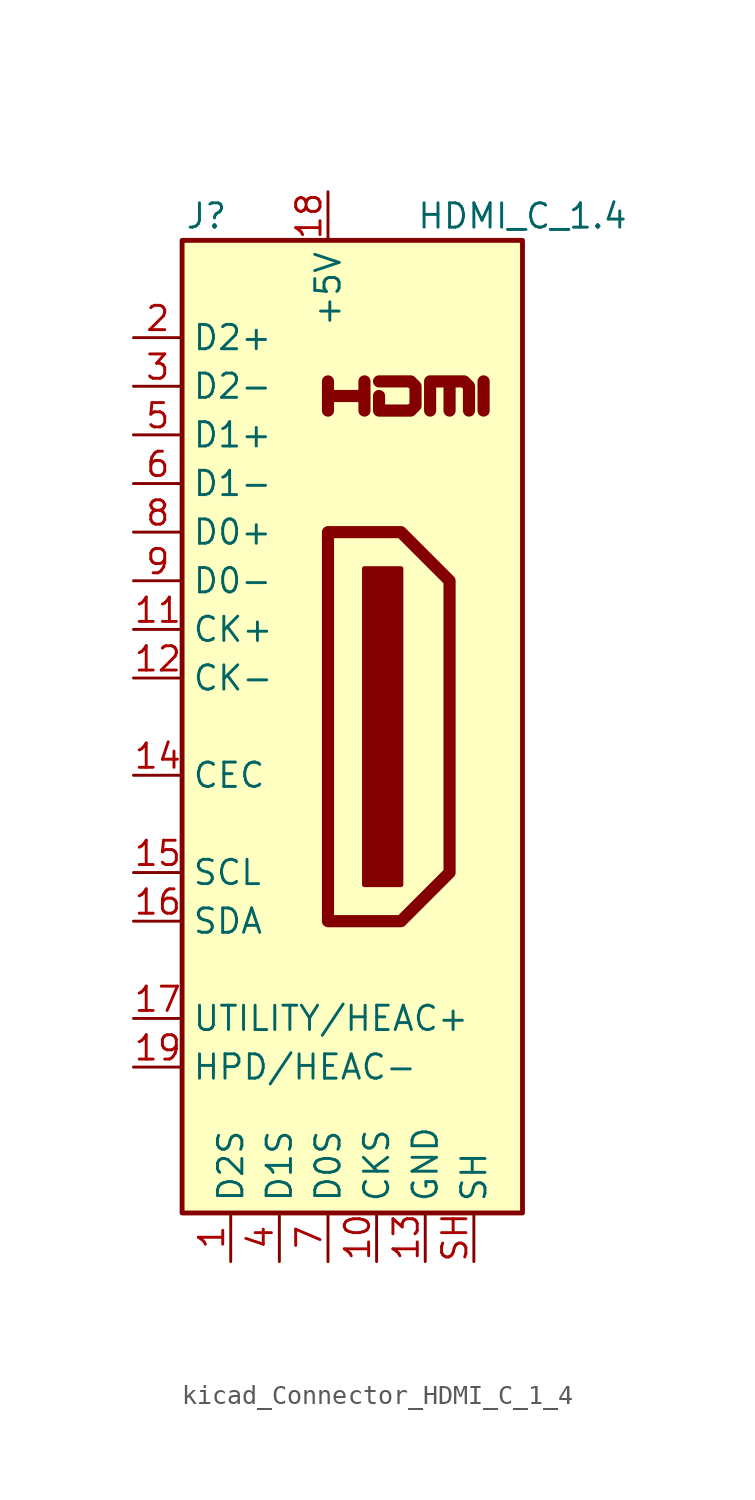
<source format=kicad_sym>
(kicad_symbol_lib
  (version 20220914)
  (generator kicad_symbol_editor)
  (symbol "kicad_Connector_HDMI_C_1_4"
    (property "Reference" "J"
      (at -6.35 26.67 0)
      (effects (font (size 1.27 1.27))))
    (property "Value" "HDMI_C_1.4"
      (at 10.16 26.67 0)
      (effects (font (size 1.27 1.27))))
    (symbol "kicad_Connector_HDMI_C_1_4_0_0"
      (polyline (pts (xy 8.128 16.51) (xy 8.128 18.034)) (stroke (width 0.635) (type default)) (fill (type none)))
      (polyline (pts (xy 0 16.51) (xy 0 18.034) (xy 0 17.272) (xy 1.905 17.272) (xy 1.905 18.034) (xy 1.905 16.51)) (stroke (width 0.635) (type default)) (fill (type none)))
      (polyline (pts (xy 2.667 18.034) (xy 4.318 18.034) (xy 4.572 17.78) (xy 4.572 16.764) (xy 4.318 16.51) (xy 2.667 16.51) (xy 2.667 17.272)) (stroke (width 0.635) (type default)) (fill (type none))))
    (symbol "kicad_Connector_HDMI_C_1_4_0_1"
      (rectangle (start -7.62 25.4) (end 10.16 -25.4) (stroke (width 0.254) (type default)) (fill (type background)))
      (polyline (pts (xy 0 10.16) (xy 3.81 10.16) (xy 6.35 7.62) (xy 6.35 -7.62) (xy 3.81 -10.16) (xy 0 -10.16) (xy 0 10.16)) (stroke (width 0.635) (type default)) (fill (type none)))
      (polyline (pts (xy 5.334 16.51) (xy 5.334 18.034) (xy 6.35 18.034) (xy 6.35 16.51) (xy 6.35 18.034) (xy 7.112 18.034) (xy 7.366 17.78) (xy 7.366 16.51)) (stroke (width 0.635) (type default)) (fill (type none)))
      (rectangle (start 1.905 8.255) (end 3.81 -8.255) (stroke (width 0.254) (type default)) (fill (type outline))))
    (symbol "kicad_Connector_HDMI_C_1_4_1_1"
      (pin power_in line (at -5.08 -27.94 90) (length 2.54) (name "D2S" (effects (font (size 1.27 1.27)))) (number "1" (effects (font (size 1.27 1.27)))))
      (pin power_in line (at 2.54 -27.94 90) (length 2.54) (name "CKS" (effects (font (size 1.27 1.27)))) (number "10" (effects (font (size 1.27 1.27)))))
      (pin passive line (at -10.16 5.08 0) (length 2.54) (name "CK+" (effects (font (size 1.27 1.27)))) (number "11" (effects (font (size 1.27 1.27)))))
      (pin passive line (at -10.16 2.54 0) (length 2.54) (name "CK-" (effects (font (size 1.27 1.27)))) (number "12" (effects (font (size 1.27 1.27)))))
      (pin power_in line (at 5.08 -27.94 90) (length 2.54) (name "GND" (effects (font (size 1.27 1.27)))) (number "13" (effects (font (size 1.27 1.27)))))
      (pin bidirectional line (at -10.16 -2.54 0) (length 2.54) (name "CEC" (effects (font (size 1.27 1.27)))) (number "14" (effects (font (size 1.27 1.27)))))
      (pin passive line (at -10.16 -7.62 0) (length 2.54) (name "SCL" (effects (font (size 1.27 1.27)))) (number "15" (effects (font (size 1.27 1.27)))))
      (pin bidirectional line (at -10.16 -10.16 0) (length 2.54) (name "SDA" (effects (font (size 1.27 1.27)))) (number "16" (effects (font (size 1.27 1.27)))))
      (pin passive line (at -10.16 -15.24 0) (length 2.54) (name "UTILITY/HEAC+" (effects (font (size 1.27 1.27)))) (number "17" (effects (font (size 1.27 1.27)))))
      (pin power_in line (at 0 27.94 270) (length 2.54) (name "+5V" (effects (font (size 1.27 1.27)))) (number "18" (effects (font (size 1.27 1.27)))))
      (pin passive line (at -10.16 -17.78 0) (length 2.54) (name "HPD/HEAC-" (effects (font (size 1.27 1.27)))) (number "19" (effects (font (size 1.27 1.27)))))
      (pin passive line (at -10.16 20.32 0) (length 2.54) (name "D2+" (effects (font (size 1.27 1.27)))) (number "2" (effects (font (size 1.27 1.27)))))
      (pin passive line (at -10.16 17.78 0) (length 2.54) (name "D2-" (effects (font (size 1.27 1.27)))) (number "3" (effects (font (size 1.27 1.27)))))
      (pin power_in line (at -2.54 -27.94 90) (length 2.54) (name "D1S" (effects (font (size 1.27 1.27)))) (number "4" (effects (font (size 1.27 1.27)))))
      (pin passive line (at -10.16 15.24 0) (length 2.54) (name "D1+" (effects (font (size 1.27 1.27)))) (number "5" (effects (font (size 1.27 1.27)))))
      (pin passive line (at -10.16 12.7 0) (length 2.54) (name "D1-" (effects (font (size 1.27 1.27)))) (number "6" (effects (font (size 1.27 1.27)))))
      (pin power_in line (at 0 -27.94 90) (length 2.54) (name "D0S" (effects (font (size 1.27 1.27)))) (number "7" (effects (font (size 1.27 1.27)))))
      (pin passive line (at -10.16 10.16 0) (length 2.54) (name "D0+" (effects (font (size 1.27 1.27)))) (number "8" (effects (font (size 1.27 1.27)))))
      (pin passive line (at -10.16 7.62 0) (length 2.54) (name "D0-" (effects (font (size 1.27 1.27)))) (number "9" (effects (font (size 1.27 1.27)))))
      (pin passive line (at 7.62 -27.94 90) (length 2.54) (name "SH" (effects (font (size 1.27 1.27)))) (number "SH" (effects (font (size 1.27 1.27))))))))
</source>
